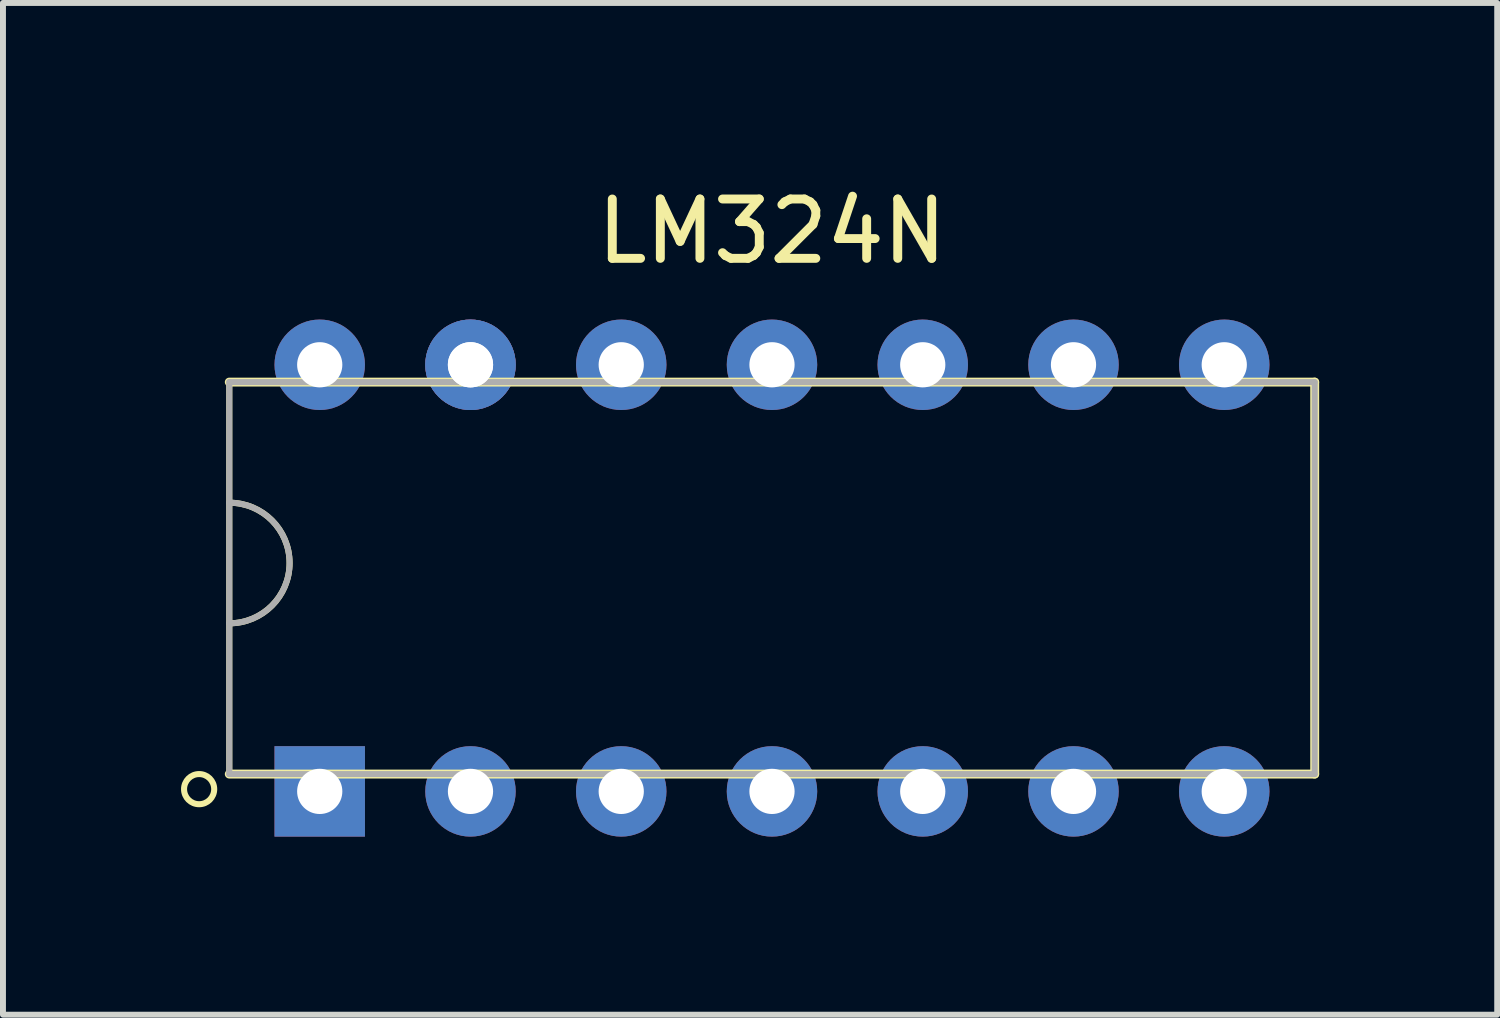
<source format=kicad_pcb>
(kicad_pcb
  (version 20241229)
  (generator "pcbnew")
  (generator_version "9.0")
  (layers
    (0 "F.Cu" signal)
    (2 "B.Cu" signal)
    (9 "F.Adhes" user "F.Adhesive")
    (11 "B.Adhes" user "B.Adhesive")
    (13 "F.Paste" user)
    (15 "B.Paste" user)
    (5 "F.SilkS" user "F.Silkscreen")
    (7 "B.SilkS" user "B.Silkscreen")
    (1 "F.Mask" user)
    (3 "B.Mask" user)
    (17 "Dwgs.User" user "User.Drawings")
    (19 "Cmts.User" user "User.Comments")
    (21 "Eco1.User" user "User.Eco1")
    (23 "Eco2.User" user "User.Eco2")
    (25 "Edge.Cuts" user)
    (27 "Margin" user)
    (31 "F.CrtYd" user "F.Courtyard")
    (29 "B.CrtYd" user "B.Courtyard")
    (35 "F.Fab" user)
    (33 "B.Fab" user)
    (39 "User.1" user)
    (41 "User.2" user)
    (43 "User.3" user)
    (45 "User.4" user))
  (footprint "LM324N"
    (layer "F.Cu")
    (at 9.957 6.69)
    (property "Reference" "LM324N" (at 0 -5.842 0) (layer "F.SilkS") (effects (font (size 1 1) (thickness 0.15))))
    (attr through_hole)
    (fp_line (start -9.144 -3.302) (end 9.144 -3.302) (stroke (width 0.15) (type solid)) (layer "F.SilkS"))
    (fp_line (start -9.144 3.302) (end -9.144 -3.302) (stroke (width 0.102) (type solid)) (layer "F.SilkS"))
    (fp_line (start 9.144 -3.302) (end 9.144 3.302) (stroke (width 0.15) (type solid)) (layer "F.SilkS"))
    (fp_line (start 9.144 3.302) (end -9.144 3.302) (stroke (width 0.15) (type solid)) (layer "F.SilkS"))
    (fp_arc (start -9.144 -1.27) (mid -8.128 -0.254) (end -9.144 0.762) (stroke (width 0.1016) (type solid)) (layer "F.SilkS"))
    (fp_circle (center -9.652 3.556) (end -9.652 3.302) (stroke (width 0.102) (type solid)) (fill no) (layer "F.SilkS"))
    (fp_line (start -9.144 -3.302) (end -9.144 3.302) (stroke (width 0.102) (type solid)) (layer "F.Fab"))
    (fp_line (start -9.144 -3.302) (end 9.144 -3.302) (stroke (width 0.102) (type solid)) (layer "F.Fab"))
    (fp_line (start -9.144 3.302) (end 9.144 3.302) (stroke (width 0.102) (type solid)) (layer "F.Fab"))
    (fp_line (start 9.144 -3.302) (end 9.144 3.302) (stroke (width 0.102) (type solid)) (layer "F.Fab"))
    (fp_arc (start -9.144 -1.27) (mid -8.128 -0.254) (end -9.144 0.762) (stroke (width 0.1016) (type solid)) (layer "F.Fab"))
    (pad "1" thru_hole rect (at -7.62 3.594) (size 1.524 1.524) (drill 0.762) (layers "*.Cu" "*.Mask"))
    (pad "2" thru_hole circle (at -5.08 3.594) (size 1.524 1.524) (drill 0.762) (layers "*.Cu" "*.Mask"))
    (pad "3" thru_hole circle (at -2.54 3.594) (size 1.524 1.524) (drill 0.762) (layers "*.Cu" "*.Mask"))
    (pad "4" thru_hole circle (at 0 3.594) (size 1.524 1.524) (drill 0.762) (layers "*.Cu" "*.Mask"))
    (pad "5" thru_hole circle (at 2.54 3.594) (size 1.524 1.524) (drill 0.762) (layers "*.Cu" "*.Mask"))
    (pad "6" thru_hole circle (at 5.08 3.594) (size 1.524 1.524) (drill 0.762) (layers "*.Cu" "*.Mask"))
    (pad "7" thru_hole circle (at 7.62 3.594) (size 1.524 1.524) (drill 0.762) (layers "*.Cu" "*.Mask"))
    (pad "8" thru_hole circle (at 7.62 -3.594) (size 1.524 1.524) (drill 0.762) (layers "*.Cu" "*.Mask"))
    (pad "9" thru_hole circle (at 5.08 -3.594) (size 1.524 1.524) (drill 0.762) (layers "*.Cu" "*.Mask"))
    (pad "10" thru_hole circle (at 2.54 -3.594) (size 1.524 1.524) (drill 0.762) (layers "*.Cu" "*.Mask"))
    (pad "11" thru_hole circle (at 0 -3.594) (size 1.524 1.524) (drill 0.762) (layers "*.Cu" "*.Mask"))
    (pad "12" thru_hole circle (at -2.54 -3.594) (size 1.524 1.524) (drill 0.762) (layers "*.Cu" "*.Mask"))
    (pad "13" thru_hole circle (at -5.08 -3.594) (size 1.524 1.524) (drill 0.762) (layers "*.Cu" "*.Mask"))
    (pad "13" thru_hole circle (at -5.08 -3.594) (size 1.524 1.524) (drill 0.762) (layers "*.Cu" "*.Mask"))
    (pad "14" thru_hole circle (at -7.62 -3.594) (size 1.524 1.524) (drill 0.762) (layers "*.Cu" "*.Mask")))
  (gr_rect
    (start -3 -3)
    (end 22.176 14.046)
    (stroke (width 0.1) (type default))
    (fill no)
    (layer "Edge.Cuts")))
</source>
